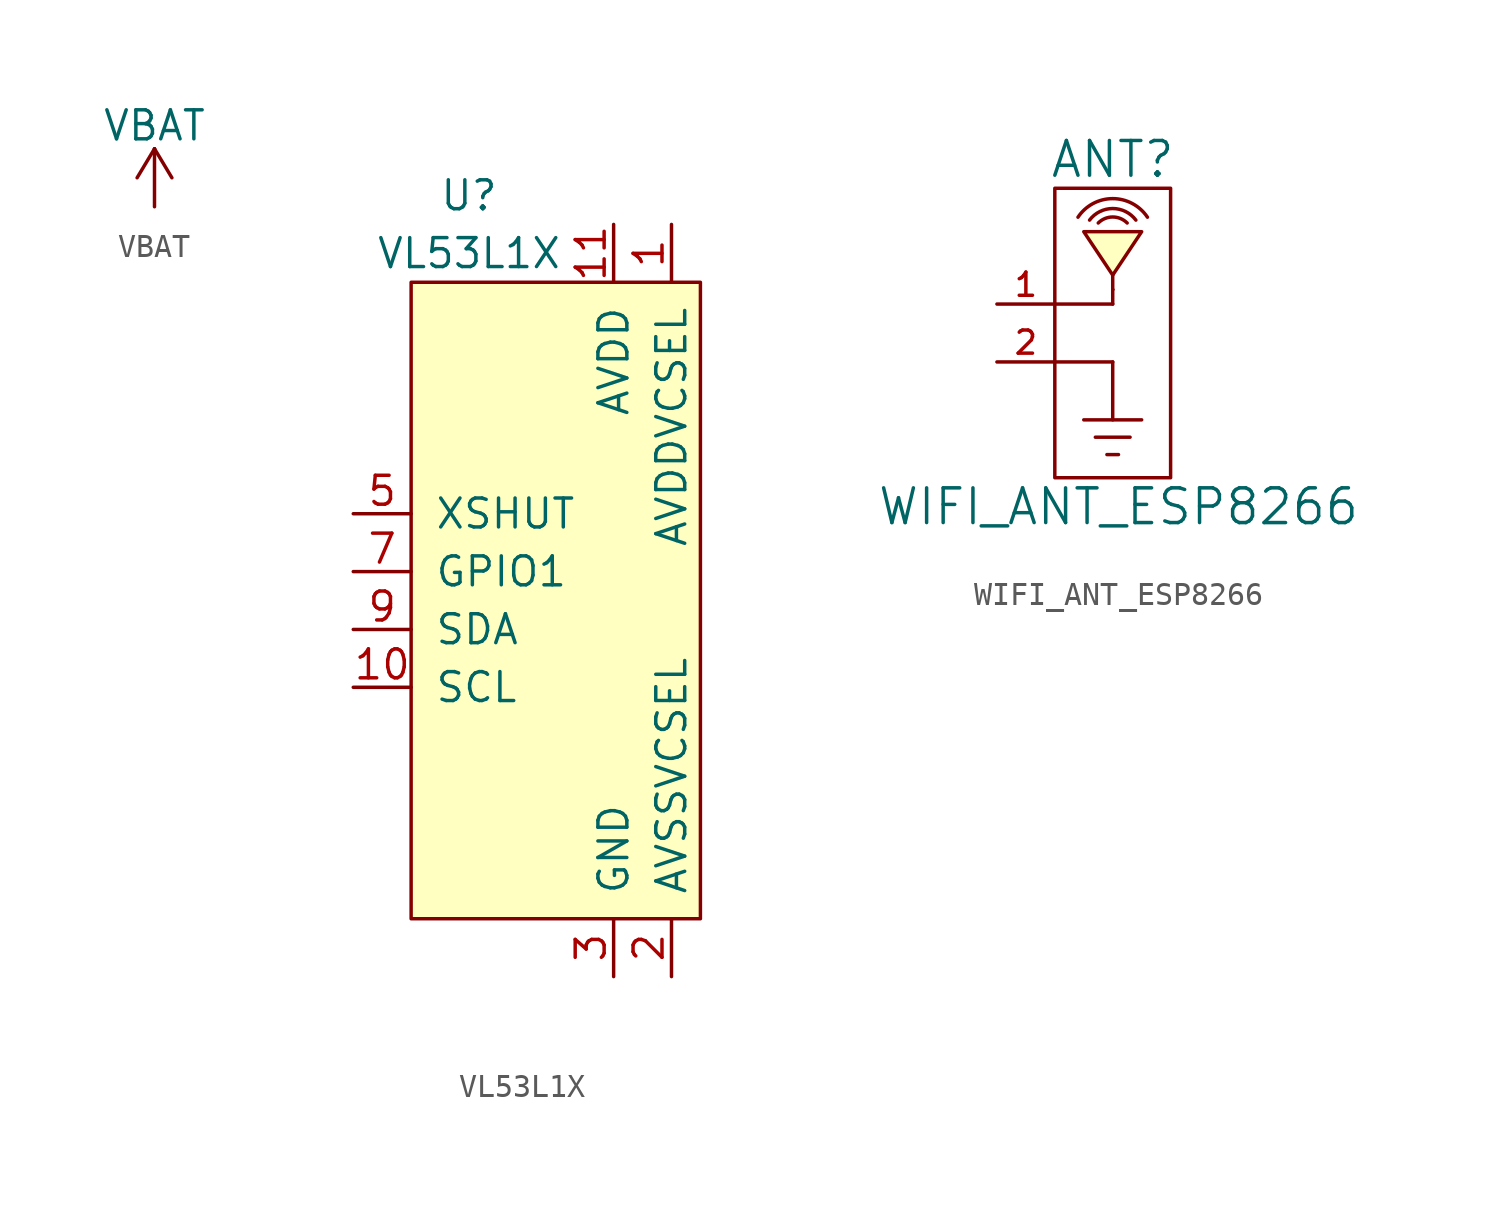
<source format=kicad_sym>
(kicad_symbol_lib
  (version 20211014)
  (generator kicad_symbol_editor)
  (symbol "VBAT"
    (power)
    (pin_names
      (offset 0))
    (property "Reference" "#PWR"
      (at 0 -3.81 0)
      (effects (font (size 1.27 1.27)) hide))
    (property "Value" "VBAT"
      (at 0 3.556 0)
      (effects (font (size 1.27 1.27))))
    (property "Footprint" ""
      (at 0 0 0)
      (effects (font (size 1.524 1.524))))
    (property "Datasheet" ""
      (at 0 0 0)
      (effects (font (size 1.524 1.524))))
    (symbol "VBAT_0_1"
      (polyline (pts (xy -0.762 1.27) (xy 0 2.54)) (stroke (width 0) (type default) (color 0 0 0 0)) (fill (type none)))
      (polyline (pts (xy 0 0) (xy 0 2.54)) (stroke (width 0) (type default) (color 0 0 0 0)) (fill (type none)))
      (polyline (pts (xy 0 2.54) (xy 0.762 1.27)) (stroke (width 0) (type default) (color 0 0 0 0)) (fill (type none))))
    (symbol "VBAT_1_1"
      (pin power_in line (at 0 0 90) (length 0) hide (name "VBAT" (effects (font (size 1.27 1.27)))) (number "1" (effects (font (size 1.27 1.27)))))))
  (symbol "VL53L1X"
    (pin_names
      (offset 1.016))
    (property "Reference" "U"
      (at -6.35 17.78 0)
      (effects (font (size 1.27 1.27))))
    (property "Value" "VL53L1X"
      (at -6.35 15.24 0)
      (effects (font (size 1.27 1.27))))
    (symbol "VL53L1X_0_1"
      (rectangle (start -8.89 13.97) (end 3.81 -13.97) (stroke (width 0) (type default) (color 0 0 0 0)) (fill (type background))))
    (symbol "VL53L1X_1_1"
      (pin input line (at 2.54 16.51 270) (length 2.54) (name "AVDDVCSEL" (effects (font (size 1.27 1.27)))) (number "1" (effects (font (size 1.27 1.27)))))
      (pin input line (at -11.43 -3.81 0) (length 2.54) (name "SCL" (effects (font (size 1.27 1.27)))) (number "10" (effects (font (size 1.27 1.27)))))
      (pin input line (at 0 16.51 270) (length 2.54) (name "AVDD" (effects (font (size 1.27 1.27)))) (number "11" (effects (font (size 1.27 1.27)))))
      (pin input line (at 0 -16.51 90) (length 2.54) hide (name "GND" (effects (font (size 1.27 1.27)))) (number "12" (effects (font (size 1.27 1.27)))))
      (pin input line (at 2.54 -16.51 90) (length 2.54) (name "AVSSVCSEL" (effects (font (size 1.27 1.27)))) (number "2" (effects (font (size 1.27 1.27)))))
      (pin input line (at 0 -16.51 90) (length 2.54) (name "GND" (effects (font (size 1.27 1.27)))) (number "3" (effects (font (size 1.27 1.27)))))
      (pin input line (at 0 -16.51 90) (length 2.54) hide (name "GND" (effects (font (size 1.27 1.27)))) (number "4" (effects (font (size 1.27 1.27)))))
      (pin input line (at -11.43 3.81 0) (length 2.54) (name "XSHUT" (effects (font (size 1.27 1.27)))) (number "5" (effects (font (size 1.27 1.27)))))
      (pin input line (at 0 -16.51 90) (length 2.54) hide (name "GND" (effects (font (size 1.27 1.27)))) (number "6" (effects (font (size 1.27 1.27)))))
      (pin input line (at -11.43 1.27 0) (length 2.54) (name "GPIO1" (effects (font (size 1.27 1.27)))) (number "7" (effects (font (size 1.27 1.27)))))
      (pin input line (at -2.54 0 0) (length 2.54) hide (name "NC" (effects (font (size 1.27 1.27)))) (number "8" (effects (font (size 1.27 1.27)))))
      (pin input line (at -11.43 -1.27 0) (length 2.54) (name "SDA" (effects (font (size 1.27 1.27)))) (number "9" (effects (font (size 1.27 1.27)))))))
  (symbol "WIFI_ANT_ESP8266"
    (pin_names
      (offset 1.016))
    (property "Reference" "ANT"
      (at 0 8.89 0)
      (effects (font (size 1.524 1.524))))
    (property "Value" "WIFI_ANT_ESP8266"
      (at 0.254 -6.35 0)
      (effects (font (size 1.524 1.524))))
    (property "Footprint" ""
      (at -2.54 0 0)
      (effects (font (size 1.524 1.524))))
    (property "Datasheet" ""
      (at -2.54 0 0)
      (effects (font (size 1.524 1.524))))
    (symbol "WIFI_ANT_ESP8266_0_1"
      (rectangle (start -2.54 -5.08) (end 2.54 7.62) (stroke (width 0) (type default) (color 0 0 0 0)) (fill (type none)))
      (rectangle (start -2.54 0) (end 0 0) (stroke (width 0) (type default) (color 0 0 0 0)) (fill (type none)))
      (rectangle (start -2.54 2.54) (end 0 2.54) (stroke (width 0) (type default) (color 0 0 0 0)) (fill (type none)))
      (rectangle (start -1.27 -2.54) (end 1.27 -2.54) (stroke (width 0) (type default) (color 0 0 0 0)) (fill (type none)))
      (rectangle (start -0.254 -4.064) (end 0.254 -4.064) (stroke (width 0) (type default) (color 0 0 0 0)) (fill (type none)))
      (rectangle (start 0 0) (end 0 -2.54) (stroke (width 0) (type default) (color 0 0 0 0)) (fill (type none)))
      (polyline (pts (xy 0 3.81) (xy 1.27 5.715) (xy -1.27 5.715) (xy 0 3.81)) (stroke (width 0) (type default) (color 0 0 0 0)) (fill (type background)))
      (rectangle (start 0 2.54) (end 0 3.175) (stroke (width 0) (type default) (color 0 0 0 0)) (fill (type none)))
      (rectangle (start 0 3.175) (end 0 3.175) (stroke (width 0) (type default) (color 0 0 0 0)) (fill (type none)))
      (rectangle (start 0 3.175) (end 0 3.81) (stroke (width 0) (type default) (color 0 0 0 0)) (fill (type none)))
      (rectangle (start 0.762 -3.302) (end -0.762 -3.302) (stroke (width 0) (type default) (color 0 0 0 0)) (fill (type none)))
      (arc (start 1.016 6.223) (mid 0 6.731) (end -1.016 6.223) (stroke (width 0) (type default) (color 0 0 0 0)) (fill (type none)))
      (arc (start 1.524 6.35) (mid 0 7.1656) (end -1.524 6.35) (stroke (width 0) (type default) (color 0 0 0 0)) (fill (type none))))
    (symbol "WIFI_ANT_ESP8266_1_1"
      (arc (start 0.635 6.096) (mid 0 6.359) (end -0.635 6.096) (stroke (width 0) (type default) (color 0 0 0 0)) (fill (type none)))
      (pin input line (at -5.08 2.54 0) (length 2.54) (name "~" (effects (font (size 1.016 1.016)))) (number "1" (effects (font (size 1.016 1.016)))))
      (pin input line (at -5.08 0 0) (length 2.54) (name "~" (effects (font (size 1.016 1.016)))) (number "2" (effects (font (size 1.016 1.016))))))))
</source>
